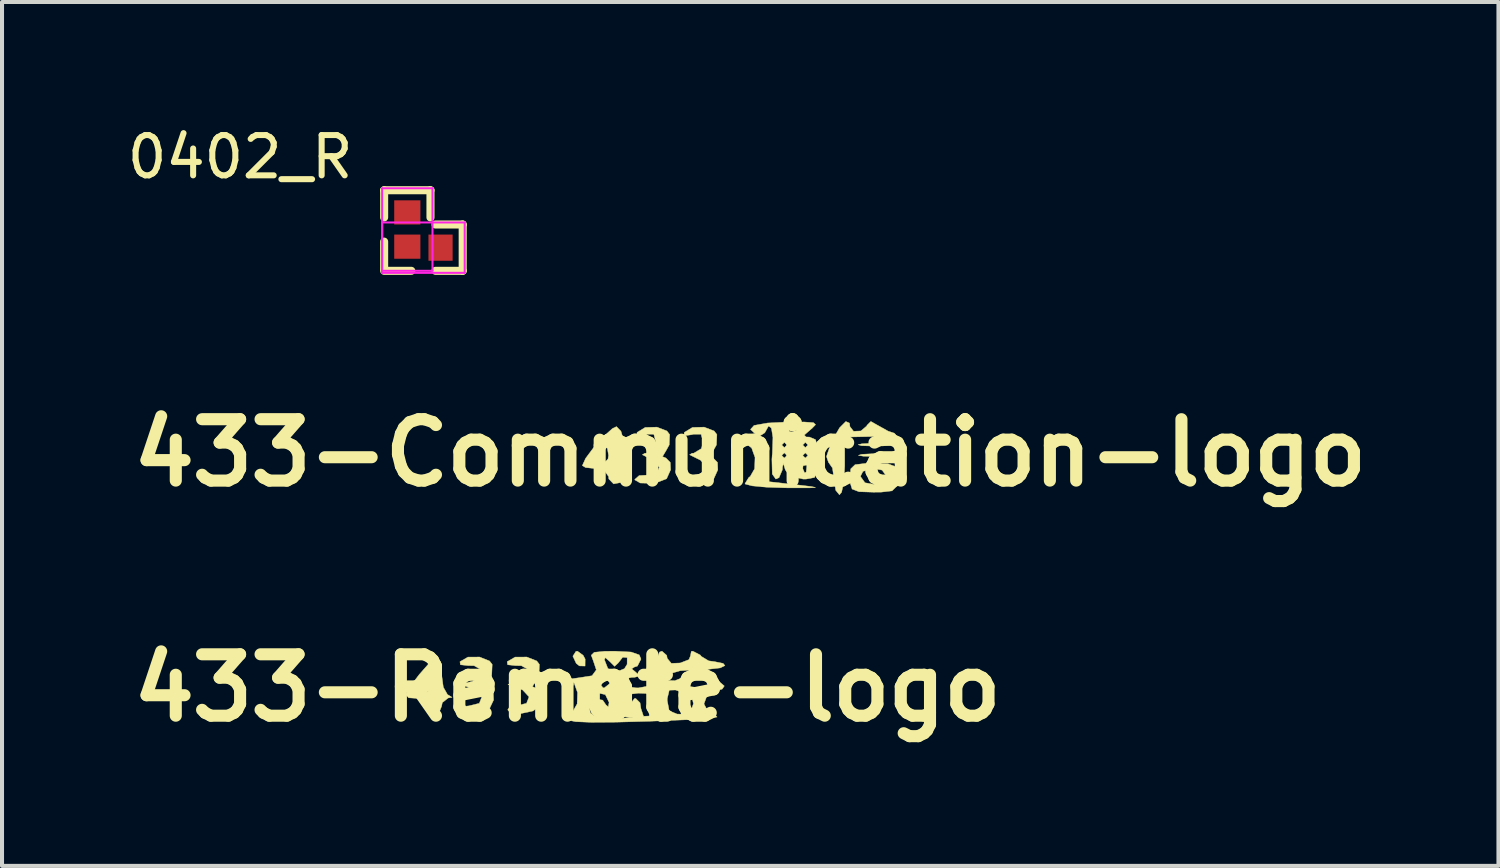
<source format=kicad_pcb>
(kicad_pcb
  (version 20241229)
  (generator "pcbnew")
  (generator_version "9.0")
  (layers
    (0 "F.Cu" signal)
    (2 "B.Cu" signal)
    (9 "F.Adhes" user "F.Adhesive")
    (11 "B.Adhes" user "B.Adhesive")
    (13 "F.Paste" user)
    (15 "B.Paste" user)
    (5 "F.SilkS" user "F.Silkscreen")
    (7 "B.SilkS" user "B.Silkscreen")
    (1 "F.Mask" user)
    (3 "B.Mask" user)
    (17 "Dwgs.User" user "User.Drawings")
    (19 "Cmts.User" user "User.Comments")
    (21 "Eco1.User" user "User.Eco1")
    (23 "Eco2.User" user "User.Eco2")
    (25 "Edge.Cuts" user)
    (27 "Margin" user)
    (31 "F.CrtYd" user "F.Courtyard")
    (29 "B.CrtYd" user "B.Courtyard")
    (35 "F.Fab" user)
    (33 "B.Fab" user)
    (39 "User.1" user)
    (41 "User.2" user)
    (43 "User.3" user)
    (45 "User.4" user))
  (footprint "433-Remote-logo"
    (layer "F.Cu")
    (at 11.038 14.027)
    (property "Reference" "433-Remote-logo" (at 0 0 0) (layer "F.SilkS") (effects (font (size 1.524 1.524) (thickness 0.3))))
    (attr through_hole)
    (fp_poly (pts (xy 0.389 -0.808) (xy 0.438 -0.716) (xy 0.436 -0.543) (xy 0.295 -0.547) (xy 0.217 -0.608) (xy 0.133 -0.788) (xy 0.209 -0.906) (xy 0.247 -0.912) (xy 0.389 -0.808)) (stroke (width 0.01) (type solid)) (fill yes) (layer "F.SilkS"))
    (fp_poly (pts (xy -1.936 -0.669) (xy -1.87 -0.584) (xy -1.881 -0.328) (xy -1.955 -0.194) (xy -2.042 -0.033) (xy -1.97 0) (xy -1.844 0.094) (xy -1.835 0.3) (xy -1.931 0.502) (xy -2.03 0.572) (xy -2.386 0.648) (xy -2.626 0.579) (xy -2.656 0.544) (xy -2.604 0.463) (xy -2.449 0.446) (xy -2.189 0.382) (xy -2.127 0.222) (xy -2.283 0.054) (xy -2.357 0.021) (xy -2.651 -0.088) (xy -2.354 -0.166) (xy -2.143 -0.294) (xy -2.14 -0.452) (xy -2.32 -0.552) (xy -2.464 -0.554) (xy -2.658 -0.575) (xy -2.67 -0.651) (xy -2.472 -0.765) (xy -2.182 -0.767) (xy -1.936 -0.669)) (stroke (width 0.01) (type solid)) (fill yes) (layer "F.SilkS"))
    (fp_poly (pts (xy -0.763 -0.669) (xy -0.698 -0.584) (xy -0.709 -0.328) (xy -0.783 -0.194) (xy -0.869 -0.033) (xy -0.797 0) (xy -0.672 0.094) (xy -0.663 0.3) (xy -0.759 0.502) (xy -0.857 0.572) (xy -1.214 0.648) (xy -1.454 0.579) (xy -1.484 0.544) (xy -1.431 0.463) (xy -1.277 0.446) (xy -1.017 0.382) (xy -0.955 0.222) (xy -1.11 0.054) (xy -1.184 0.021) (xy -1.479 -0.088) (xy -1.182 -0.166) (xy -0.97 -0.294) (xy -0.967 -0.452) (xy -1.147 -0.552) (xy -1.292 -0.554) (xy -1.486 -0.575) (xy -1.498 -0.651) (xy -1.3 -0.765) (xy -1.01 -0.767) (xy -0.763 -0.669)) (stroke (width 0.01) (type solid)) (fill yes) (layer "F.SilkS"))
    (fp_poly (pts (xy -3.146 -0.634) (xy -3.126 -0.336) (xy -3.083 -0.018) (xy -2.978 0.167) (xy -2.963 0.174) (xy -2.867 0.233) (xy -2.963 0.25) (xy -3.108 0.365) (xy -3.126 0.456) (xy -3.196 0.629) (xy -3.256 0.651) (xy -3.372 0.546) (xy -3.387 0.456) (xy -3.5 0.299) (xy -3.712 0.261) (xy -3.944 0.245) (xy -4.014 0.166) (xy -3.933 0.008) (xy -3.647 0.008) (xy -3.548 0.127) (xy -3.517 0.13) (xy -3.403 0.024) (xy -3.387 -0.073) (xy -3.45 -0.208) (xy -3.517 -0.195) (xy -3.642 -0.029) (xy -3.647 0.008) (xy -3.933 0.008) (xy -3.918 -0.021) (xy -3.68 -0.333) (xy -3.398 -0.655) (xy -3.228 -0.755) (xy -3.146 -0.634)) (stroke (width 0.01) (type solid)) (fill yes) (layer "F.SilkS"))
    (fp_poly (pts (xy 3.295 -0.817) (xy 3.322 -0.782) (xy 3.505 -0.672) (xy 3.655 -0.651) (xy 3.863 -0.609) (xy 3.908 -0.554) (xy 3.791 -0.497) (xy 3.492 -0.462) (xy 3.267 -0.456) (xy 2.798 -0.427) (xy 2.525 -0.348) (xy 2.475 -0.227) (xy 2.507 -0.185) (xy 2.666 -0.18) (xy 2.854 -0.255) (xy 3.065 -0.324) (xy 3.126 -0.276) (xy 3.024 -0.12) (xy 2.963 -0.086) (xy 2.966 -0.042) (xy 3.175 -0.015) (xy 3.256 -0.012) (xy 3.535 -0.025) (xy 3.575 -0.083) (xy 3.521 -0.125) (xy 3.392 -0.261) (xy 3.4 -0.317) (xy 3.543 -0.303) (xy 3.722 -0.196) (xy 3.892 -0.048) (xy 3.84 0.028) (xy 3.68 0.078) (xy 3.446 0.235) (xy 3.387 0.397) (xy 3.501 0.613) (xy 3.68 0.69) (xy 3.713 0.722) (xy 3.527 0.755) (xy 3.16 0.782) (xy 3.126 0.783) (xy 2.041 0.827) (xy 1.203 0.85) (xy 0.595 0.854) (xy 0.206 0.838) (xy 0.021 0.801) (xy 0 0.777) (xy 0.094 0.613) (xy 0.13 0.586) (xy 0.24 0.395) (xy 0.241 0.369) (xy 0.521 0.369) (xy 0.567 0.622) (xy 0.743 0.741) (xy 1.107 0.762) (xy 1.161 0.76) (xy 1.628 0.738) (xy 1.14 0.687) (xy 0.78 0.602) (xy 0.651 0.452) (xy 0.651 0.448) (xy 0.725 0.279) (xy 0.873 0.303) (xy 0.956 0.423) (xy 1.013 0.469) (xy 1.032 0.358) (xy 1.016 0.326) (xy 1.303 0.326) (xy 1.373 0.499) (xy 1.433 0.521) (xy 1.559 0.422) (xy 1.563 0.391) (xy 1.662 0.264) (xy 1.693 0.261) (xy 1.8 0.369) (xy 1.824 0.517) (xy 1.887 0.704) (xy 2.019 0.698) (xy 2.184 0.521) (xy 2.214 0.377) (xy 2.193 0.312) (xy 2.475 0.312) (xy 2.524 0.567) (xy 2.72 0.649) (xy 2.801 0.651) (xy 3.056 0.59) (xy 3.126 0.391) (xy 3.076 0.179) (xy 3.007 0.13) (xy 2.788 0.087) (xy 2.681 0.051) (xy 2.526 0.056) (xy 2.476 0.264) (xy 2.475 0.312) (xy 2.193 0.312) (xy 2.157 0.206) (xy 1.943 0.137) (xy 1.758 0.13) (xy 1.421 0.173) (xy 1.303 0.308) (xy 1.303 0.326) (xy 1.016 0.326) (xy 0.939 0.166) (xy 0.782 0.13) (xy 0.562 0.224) (xy 0.521 0.369) (xy 0.241 0.369) (xy 0.249 0.114) (xy 0.165 -0.12) (xy 0.153 -0.13) (xy 0.782 -0.13) (xy 0.881 -0.004) (xy 0.912 0) (xy 1.038 -0.099) (xy 1.042 -0.13) (xy 0.943 -0.257) (xy 0.912 -0.261) (xy 0.785 -0.161) (xy 0.782 -0.13) (xy 0.153 -0.13) (xy 0.098 -0.174) (xy 0.083 -0.224) (xy 0.271 -0.25) (xy 0.608 -0.302) (xy 0.715 -0.448) (xy 0.642 -0.668) (xy 0.628 -0.706) (xy 0.914 -0.706) (xy 1.004 -0.477) (xy 1.207 -0.393) (xy 1.413 -0.478) (xy 1.48 -0.586) (xy 1.481 -0.753) (xy 1.37 -0.762) (xy 1.258 -0.619) (xy 1.169 -0.536) (xy 1.054 -0.651) (xy 0.941 -0.751) (xy 0.914 -0.706) (xy 0.628 -0.706) (xy 0.589 -0.812) (xy 0.664 -0.884) (xy 0.919 -0.909) (xy 1.168 -0.912) (xy 1.579 -0.891) (xy 1.781 -0.82) (xy 1.824 -0.716) (xy 1.736 -0.542) (xy 1.661 -0.519) (xy 1.593 -0.474) (xy 1.693 -0.391) (xy 1.796 -0.296) (xy 1.666 -0.264) (xy 1.596 -0.263) (xy 1.367 -0.212) (xy 1.303 -0.13) (xy 1.417 -0.044) (xy 1.699 -0.001) (xy 1.758 0) (xy 2.069 -0.057) (xy 2.225 -0.191) (xy 2.189 -0.349) (xy 2.052 -0.435) (xy 1.956 -0.494) (xy 2.052 -0.511) (xy 2.196 -0.626) (xy 2.214 -0.716) (xy 2.285 -0.89) (xy 2.345 -0.912) (xy 2.463 -0.808) (xy 2.475 -0.734) (xy 2.578 -0.61) (xy 2.799 -0.619) (xy 3.015 -0.703) (xy 3.052 -0.796) (xy 3.073 -0.906) (xy 3.111 -0.912) (xy 3.295 -0.817)) (stroke (width 0.01) (type solid)) (fill yes) (layer "F.SilkS")))
  (footprint "433-Communication-logo"
    (layer "F.Cu")
    (at 15.574 8.191)
    (property "Reference" "433-Communication-logo" (at 0 0 0) (layer "F.SilkS") (effects (font (size 1.524 1.524) (thickness 0.3))))
    (attr through_hole)
    (fp_poly (pts (xy 3.421 -0.222) (xy 3.473 -0.191) (xy 3.303 -0.172) (xy 3.061 -0.168) (xy 2.765 -0.177) (xy 2.679 -0.201) (xy 2.77 -0.224) (xy 3.155 -0.245) (xy 3.421 -0.222)) (stroke (width 0.01) (type solid)) (fill yes) (layer "F.SilkS"))
    (fp_poly (pts (xy 3.484 0.037) (xy 3.565 0.065) (xy 3.417 0.085) (xy 3.126 0.091) (xy 2.805 0.083) (xy 2.684 0.062) (xy 2.768 0.037) (xy 3.189 0.015) (xy 3.484 0.037)) (stroke (width 0.01) (type solid)) (fill yes) (layer "F.SilkS"))
    (fp_poly (pts (xy 0.284 -0.213) (xy 0.38 -0.037) (xy 0.415 0.228) (xy 0.456 0.716) (xy 1.172 0.796) (xy 1.503 0.835) (xy 1.622 0.858) (xy 1.515 0.869) (xy 1.169 0.87) (xy 0.879 0.869) (xy 0.404 0.853) (xy 0.049 0.82) (xy -0.123 0.775) (xy -0.13 0.764) (xy -0.037 0.613) (xy 0 0.586) (xy 0.109 0.395) (xy 0.119 0.114) (xy 0.035 -0.12) (xy -0.033 -0.174) (xy -0.057 -0.228) (xy 0.09 -0.25) (xy 0.284 -0.213)) (stroke (width 0.01) (type solid)) (fill yes) (layer "F.SilkS"))
    (fp_poly (pts (xy 3.138 -0.698) (xy 3.422 -0.539) (xy 3.582 -0.485) (xy 3.608 -0.449) (xy 3.415 -0.421) (xy 3.094 -0.406) (xy 2.345 -0.391) (xy 2.345 0.326) (xy 2.323 0.718) (xy 2.268 0.978) (xy 2.214 1.042) (xy 2.122 0.929) (xy 2.084 0.662) (xy 2.041 0.375) (xy 1.942 0.235) (xy 1.893 0.092) (xy 2.006 -0.243) (xy 2.032 -0.297) (xy 2.218 -0.622) (xy 2.373 -0.778) (xy 2.464 -0.738) (xy 2.475 -0.651) (xy 2.565 -0.535) (xy 2.747 -0.543) (xy 2.891 -0.665) (xy 2.899 -0.684) (xy 2.994 -0.779) (xy 3.138 -0.698)) (stroke (width 0.01) (type solid)) (fill yes) (layer "F.SilkS"))
    (fp_poly (pts (xy 3.422 0.273) (xy 3.593 0.338) (xy 3.644 0.5) (xy 3.647 0.619) (xy 3.627 0.839) (xy 3.52 0.944) (xy 3.255 0.975) (xy 3.061 0.977) (xy 2.7 0.965) (xy 2.529 0.899) (xy 2.478 0.737) (xy 2.475 0.619) (xy 2.478 0.586) (xy 2.735 0.586) (xy 2.849 0.743) (xy 3.061 0.782) (xy 3.323 0.714) (xy 3.387 0.586) (xy 3.273 0.429) (xy 3.061 0.391) (xy 2.799 0.459) (xy 2.735 0.586) (xy 2.478 0.586) (xy 2.495 0.398) (xy 2.602 0.294) (xy 2.867 0.262) (xy 3.061 0.261) (xy 3.422 0.273)) (stroke (width 0.01) (type solid)) (fill yes) (layer "F.SilkS"))
    (fp_poly (pts (xy -3.209 -0.536) (xy -3.124 -0.248) (xy -3.079 0.124) (xy -3.092 0.493) (xy -3.102 0.559) (xy -3.218 0.738) (xy -3.392 0.771) (xy -3.51 0.649) (xy -3.517 0.586) (xy -3.63 0.429) (xy -3.843 0.391) (xy -4.088 0.365) (xy -4.168 0.317) (xy -4.13 0.233) (xy -3.697 0.233) (xy -3.643 0.261) (xy -3.531 0.155) (xy -3.517 0.065) (xy -3.545 -0.109) (xy -3.568 -0.13) (xy -3.652 -0.028) (xy -3.694 0.065) (xy -3.697 0.233) (xy -4.13 0.233) (xy -4.086 0.136) (xy -3.887 -0.131) (xy -3.641 -0.404) (xy -3.422 -0.602) (xy -3.32 -0.651) (xy -3.209 -0.536)) (stroke (width 0.01) (type solid)) (fill yes) (layer "F.SilkS"))
    (fp_poly (pts (xy -2.068 -0.542) (xy -2 -0.454) (xy -2.011 -0.197) (xy -2.085 -0.063) (xy -2.178 0.093) (xy -2.091 0.13) (xy -1.985 0.238) (xy -1.977 0.423) (xy -2.077 0.644) (xy -2.34 0.745) (xy -2.442 0.757) (xy -2.731 0.749) (xy -2.864 0.672) (xy -2.866 0.661) (xy -2.758 0.565) (xy -2.587 0.555) (xy -2.325 0.512) (xy -2.257 0.361) (xy -2.401 0.186) (xy -2.497 0.138) (xy -2.678 0.048) (xy -2.617 0.011) (xy -2.573 0.008) (xy -2.381 -0.107) (xy -2.345 -0.269) (xy -2.393 -0.462) (xy -2.583 -0.462) (xy -2.621 -0.451) (xy -2.815 -0.423) (xy -2.809 -0.507) (xy -2.608 -0.63) (xy -2.316 -0.638) (xy -2.068 -0.542)) (stroke (width 0.01) (type solid)) (fill yes) (layer "F.SilkS"))
    (fp_poly (pts (xy -0.896 -0.542) (xy -0.828 -0.454) (xy -0.839 -0.197) (xy -0.913 -0.063) (xy -1.006 0.093) (xy -0.919 0.13) (xy -0.813 0.238) (xy -0.805 0.423) (xy -0.905 0.644) (xy -1.168 0.745) (xy -1.27 0.757) (xy -1.559 0.749) (xy -1.692 0.672) (xy -1.693 0.661) (xy -1.585 0.565) (xy -1.415 0.555) (xy -1.153 0.512) (xy -1.085 0.361) (xy -1.228 0.186) (xy -1.324 0.138) (xy -1.505 0.048) (xy -1.445 0.011) (xy -1.4 0.008) (xy -1.209 -0.107) (xy -1.172 -0.269) (xy -1.22 -0.462) (xy -1.41 -0.462) (xy -1.449 -0.451) (xy -1.643 -0.423) (xy -1.637 -0.507) (xy -1.435 -0.63) (xy -1.144 -0.638) (xy -0.896 -0.542)) (stroke (width 0.01) (type solid)) (fill yes) (layer "F.SilkS"))
    (fp_poly (pts (xy 1.57 -0.749) (xy 1.622 -0.699) (xy 1.531 -0.605) (xy 1.506 -0.585) (xy 1.342 -0.442) (xy 1.387 -0.394) (xy 1.473 -0.391) (xy 1.621 -0.328) (xy 1.685 -0.099) (xy 1.693 0.13) (xy 1.678 0.464) (xy 1.594 0.613) (xy 1.388 0.651) (xy 1.312 0.651) (xy 0.98 0.576) (xy 0.871 0.423) (xy 0.861 0.391) (xy 1.303 0.391) (xy 1.35 0.498) (xy 1.389 0.478) (xy 1.405 0.323) (xy 1.389 0.304) (xy 1.312 0.322) (xy 1.303 0.391) (xy 0.861 0.391) (xy 0.822 0.263) (xy 0.801 0.355) (xy 0.797 0.423) (xy 0.714 0.617) (xy 0.635 0.651) (xy 0.547 0.527) (xy 0.538 0.157) (xy 0.545 0.065) (xy 0.782 0.065) (xy 0.847 0.13) (xy 0.912 0.065) (xy 1.303 0.065) (xy 1.368 0.13) (xy 1.433 0.065) (xy 1.368 0) (xy 1.303 0.065) (xy 0.912 0.065) (xy 0.847 0) (xy 0.782 0.065) (xy 0.545 0.065) (xy 0.55 0) (xy 0.557 -0.195) (xy 0.782 -0.195) (xy 0.847 -0.13) (xy 0.912 -0.195) (xy 1.303 -0.195) (xy 1.368 -0.13) (xy 1.433 -0.195) (xy 1.368 -0.261) (xy 1.303 -0.195) (xy 0.912 -0.195) (xy 0.847 -0.261) (xy 0.782 -0.195) (xy 0.557 -0.195) (xy 0.563 -0.38) (xy 0.527 -0.608) (xy 0.955 -0.608) (xy 0.973 -0.53) (xy 1.042 -0.521) (xy 1.149 -0.569) (xy 1.129 -0.608) (xy 0.974 -0.623) (xy 0.955 -0.608) (xy 0.527 -0.608) (xy 0.526 -0.615) (xy 0.454 -0.667) (xy 0.361 -0.498) (xy 0.231 -0.414) (xy 0.155 -0.441) (xy 0.007 -0.582) (xy 0.095 -0.68) (xy 0.428 -0.74) (xy 0.879 -0.762) (xy 1.335 -0.766) (xy 1.57 -0.749)) (stroke (width 0.01) (type solid)) (fill yes) (layer "F.SilkS")))
  (footprint "0402_R"
    (layer "F.Cu")
    (at 7.461 3.098)
    (property "Reference" "0402_R" (at -4.55 -2.25 0) (layer "F.SilkS") (effects (font (size 1 1) (thickness 0.15))))
    (attr through_hole)
    (fp_line (start -0.975 -0.75) (end -0.975 -1.425) (stroke (width 0.2) (type solid)) (layer "F.SilkS"))
    (fp_line (start -0.975 0.525) (end -0.975 -0.15) (stroke (width 0.2) (type solid)) (layer "F.SilkS"))
    (fp_line (start -0.975 0.575) (end -0.3 0.575) (stroke (width 0.2) (type solid)) (layer "F.SilkS"))
    (fp_line (start 0.175 -1.425) (end -0.975 -1.425) (stroke (width 0.2) (type solid)) (layer "F.SilkS"))
    (fp_line (start 0.175 -0.75) (end 0.175 -1.425) (stroke (width 0.2) (type solid)) (layer "F.SilkS"))
    (fp_line (start 0.3 -0.575) (end 0.975 -0.575) (stroke (width 0.2) (type solid)) (layer "F.SilkS"))
    (fp_line (start 0.3 0.575) (end 0.975 0.575) (stroke (width 0.2) (type solid)) (layer "F.SilkS"))
    (fp_line (start 0.975 0.575) (end 0.975 -0.575) (stroke (width 0.2) (type solid)) (layer "F.SilkS"))
    (fp_line (start -1.025 -1.475) (end 0.225 -1.475) (stroke (width 0.05) (type solid)) (layer "F.CrtYd"))
    (fp_line (start -1.025 -0.625) (end 1.025 -0.625) (stroke (width 0.05) (type solid)) (layer "F.CrtYd"))
    (fp_line (start -1.025 0.575) (end -1.025 -1.475) (stroke (width 0.05) (type solid)) (layer "F.CrtYd"))
    (fp_line (start -1.025 0.625) (end -1.025 -0.625) (stroke (width 0.05) (type solid)) (layer "F.CrtYd"))
    (fp_line (start 0.225 -1.475) (end 0.225 0.575) (stroke (width 0.05) (type solid)) (layer "F.CrtYd"))
    (fp_line (start 0.225 0.575) (end -1.025 0.575) (stroke (width 0.05) (type solid)) (layer "F.CrtYd"))
    (fp_line (start 1.025 -0.625) (end 1.025 0.625) (stroke (width 0.05) (type solid)) (layer "F.CrtYd"))
    (fp_line (start 1.025 0.625) (end -1.025 0.625) (stroke (width 0.05) (type solid)) (layer "F.CrtYd"))
    (pad "1" smd rect (at 0.425 0) (size 0.6 0.65) (layers "F.Cu" "F.Mask" "F.Paste"))
    (pad "2" smd rect (at -0.4 -0.025 90) (size 0.6 0.65) (layers "F.Cu" "F.Mask" "F.Paste"))
    (pad "3" smd rect (at -0.4 -0.875 90) (size 0.6 0.65) (layers "F.Cu" "F.Mask" "F.Paste")))
  (gr_rect
    (start -3 -3)
    (end 34.148 18.445)
    (stroke (width 0.1) (type default))
    (fill no)
    (layer "Edge.Cuts")))
</source>
